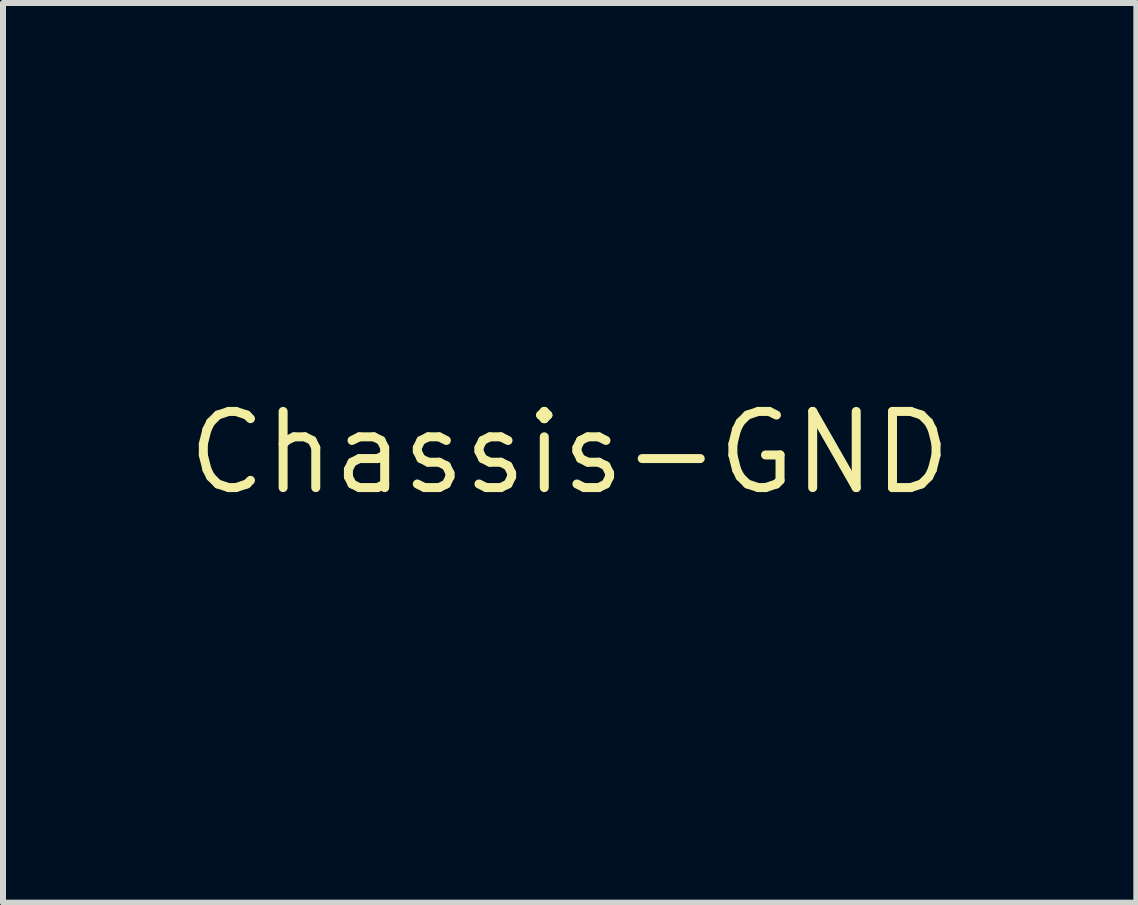
<source format=kicad_pcb>
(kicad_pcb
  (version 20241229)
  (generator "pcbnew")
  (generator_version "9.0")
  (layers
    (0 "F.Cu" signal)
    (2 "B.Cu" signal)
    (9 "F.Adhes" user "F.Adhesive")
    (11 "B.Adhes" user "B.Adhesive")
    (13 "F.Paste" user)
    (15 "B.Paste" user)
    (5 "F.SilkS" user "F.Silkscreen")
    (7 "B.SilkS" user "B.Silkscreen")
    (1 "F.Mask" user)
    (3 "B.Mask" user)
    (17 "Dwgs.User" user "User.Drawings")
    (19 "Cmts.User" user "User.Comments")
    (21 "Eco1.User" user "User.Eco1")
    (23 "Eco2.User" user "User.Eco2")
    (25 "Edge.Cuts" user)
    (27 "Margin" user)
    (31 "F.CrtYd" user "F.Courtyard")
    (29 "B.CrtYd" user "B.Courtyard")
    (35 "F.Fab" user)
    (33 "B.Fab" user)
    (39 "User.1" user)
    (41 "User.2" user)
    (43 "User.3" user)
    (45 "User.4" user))
  (footprint "Chassis-GND"
    (layer "F.Cu")
    (at 6.448 4.5)
    (property "Reference" "Chassis-GND" (at 0 0 0) (layer "F.SilkS") (effects (font (size 1.27 1.27) (thickness 0.15))))
    (attr exclude_from_pos_files exclude_from_bom)
    (fp_poly (pts (xy 0.4 4.5) (xy -0.4 4.5) (xy -0.4 -4.5) (xy 0.4 -4.5)) (stroke (width 0) (type solid)) (fill yes) (layer "In1.Cu"))
    (fp_poly (pts (xy 0.4 4.5) (xy -0.4 4.5) (xy -0.4 -4.5) (xy 0.4 -4.5)) (stroke (width 0) (type solid)) (fill yes) (layer "In2.Cu"))
    (pad "1" smd rect (at -0.5 0) (size 0.4 9) (layers "In1.Cu" "In2.Cu"))
    (pad "2" smd rect (at 0.5 0) (size 0.4 9) (layers "In1.Cu" "In2.Cu")))
  (gr_rect
    (start -3 -3)
    (end 15.896 12)
    (stroke (width 0.1) (type default))
    (fill no)
    (layer "Edge.Cuts")))
</source>
